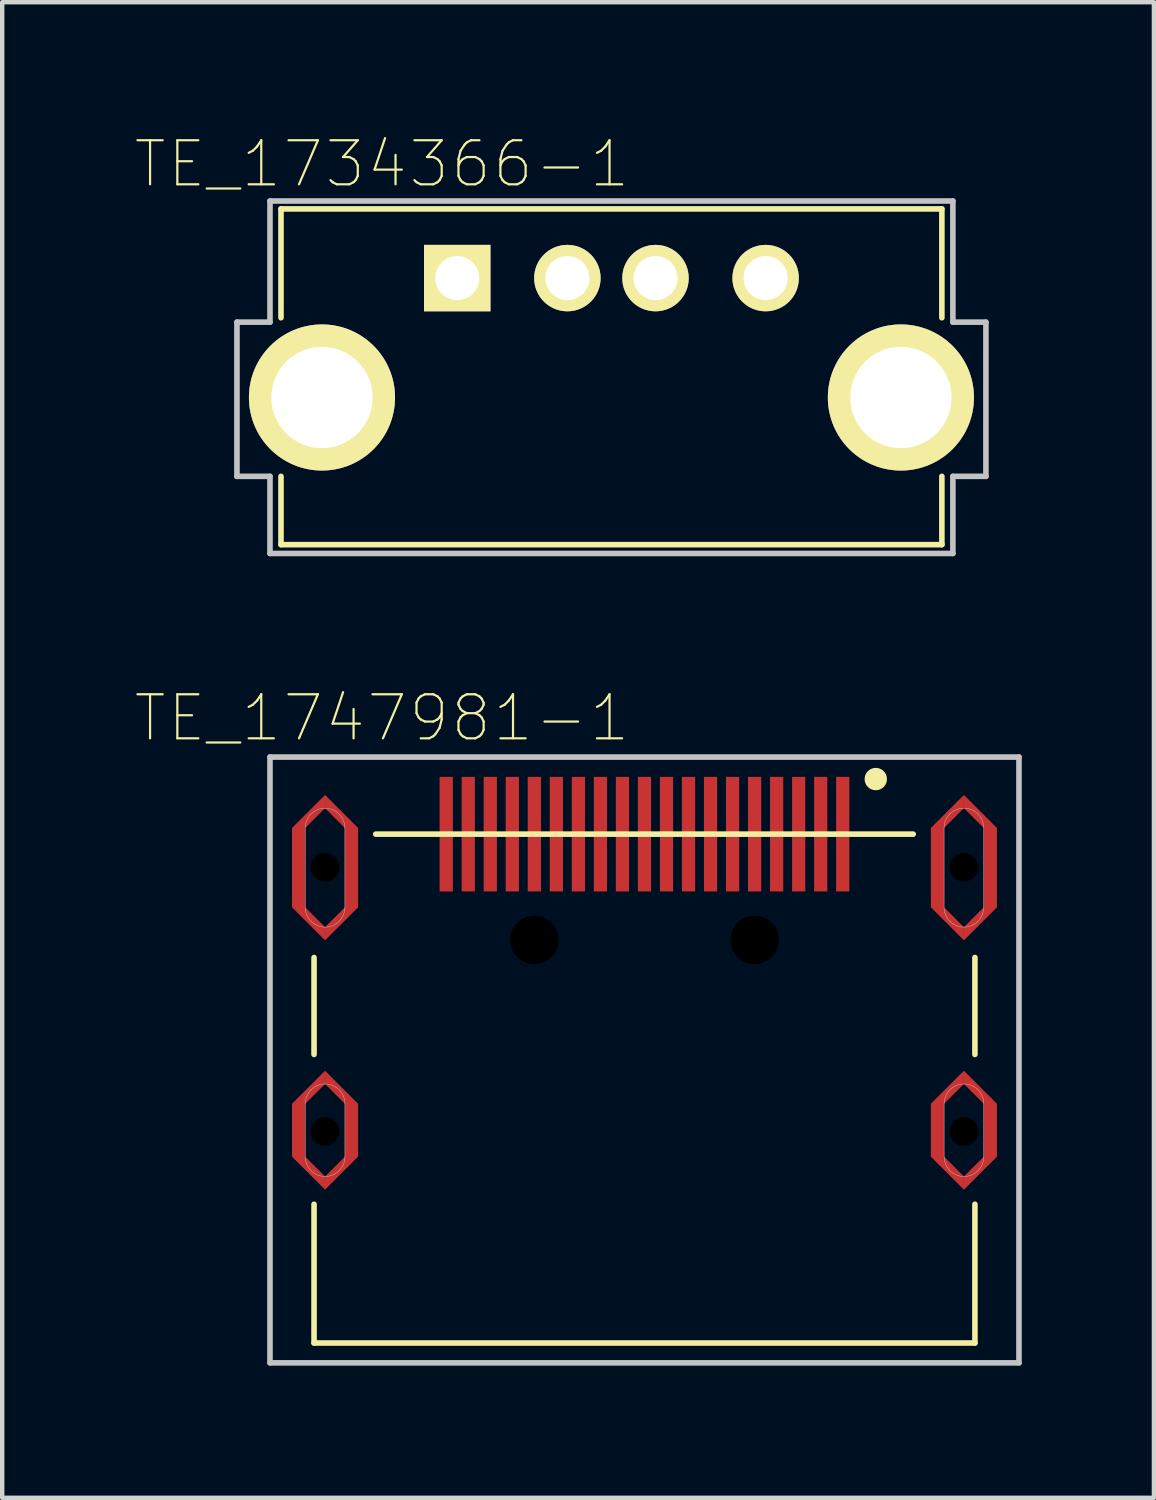
<source format=kicad_pcb>
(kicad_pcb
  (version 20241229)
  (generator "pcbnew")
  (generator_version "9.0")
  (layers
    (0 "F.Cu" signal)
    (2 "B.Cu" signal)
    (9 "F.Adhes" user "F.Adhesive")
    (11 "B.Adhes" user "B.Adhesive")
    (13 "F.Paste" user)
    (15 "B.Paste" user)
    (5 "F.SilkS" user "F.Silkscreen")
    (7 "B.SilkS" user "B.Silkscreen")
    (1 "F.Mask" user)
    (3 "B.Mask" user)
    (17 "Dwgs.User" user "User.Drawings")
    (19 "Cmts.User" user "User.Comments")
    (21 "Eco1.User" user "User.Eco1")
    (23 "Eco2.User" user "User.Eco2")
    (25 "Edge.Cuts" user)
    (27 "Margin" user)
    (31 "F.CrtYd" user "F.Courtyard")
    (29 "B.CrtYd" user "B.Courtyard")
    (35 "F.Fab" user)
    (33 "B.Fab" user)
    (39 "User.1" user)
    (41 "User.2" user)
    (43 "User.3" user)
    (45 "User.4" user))
  (footprint "TE_1747981-1"
    (layer "F.Cu")
    (at 11.578 15.883)
    (property "Reference" "TE_1747981-1" (at -5.96 -2.635 0) (layer "F.SilkS") (effects (font (size 1 1) (thickness 0.05))))
    (attr smd)
    (fp_poly (pts (xy -7.25 -0.59) (xy -7.25 -0.89) (xy -6.5 -0.14) (xy -6.5 0.75) (xy -6.5 1.66) (xy -7.25 2.41) (xy -7.25 2.11) (xy -6.8 1.66) (xy -6.8 0.75) (xy -6.8 -0.14)) (stroke (width 0) (type solid)) (fill yes) (layer "F.Cu"))
    (fp_poly (pts (xy -7.25 2.11) (xy -7.25 2.41) (xy -8 1.66) (xy -8 0.77) (xy -8 -0.14) (xy -7.25 -0.89) (xy -7.25 -0.59) (xy -7.7 -0.14) (xy -7.7 0.77) (xy -7.7 1.66)) (stroke (width 0) (type solid)) (fill yes) (layer "F.Cu"))
    (fp_poly (pts (xy -7.25 5.67) (xy -7.25 5.37) (xy -6.5 6.12) (xy -6.5 6.75) (xy -6.5 7.32) (xy -7.25 8.07) (xy -7.25 7.77) (xy -6.8 7.32) (xy -6.8 6.75) (xy -6.8 6.12)) (stroke (width 0) (type solid)) (fill yes) (layer "F.Cu"))
    (fp_poly (pts (xy -7.25 7.77) (xy -7.25 8.07) (xy -8 7.32) (xy -8 6.69) (xy -8 6.12) (xy -7.25 5.37) (xy -7.25 5.67) (xy -7.7 6.12) (xy -7.7 6.69) (xy -7.7 7.32)) (stroke (width 0) (type solid)) (fill yes) (layer "F.Cu"))
    (fp_poly (pts (xy 7.25 -0.59) (xy 7.25 -0.89) (xy 8 -0.14) (xy 8 0.75) (xy 8 1.66) (xy 7.25 2.41) (xy 7.25 2.11) (xy 7.7 1.66) (xy 7.7 0.75) (xy 7.7 -0.14)) (stroke (width 0) (type solid)) (fill yes) (layer "F.Cu"))
    (fp_poly (pts (xy 7.25 2.11) (xy 7.25 2.41) (xy 6.5 1.66) (xy 6.5 0.77) (xy 6.5 -0.14) (xy 7.25 -0.89) (xy 7.25 -0.59) (xy 6.8 -0.14) (xy 6.8 0.77) (xy 6.8 1.66)) (stroke (width 0) (type solid)) (fill yes) (layer "F.Cu"))
    (fp_poly (pts (xy 7.25 5.67) (xy 7.25 5.37) (xy 8 6.12) (xy 8 6.75) (xy 8 7.32) (xy 7.25 8.07) (xy 7.25 7.77) (xy 7.7 7.32) (xy 7.7 6.75) (xy 7.7 6.12)) (stroke (width 0) (type solid)) (fill yes) (layer "F.Cu"))
    (fp_poly (pts (xy 7.25 7.77) (xy 7.25 8.07) (xy 6.5 7.32) (xy 6.5 6.69) (xy 6.5 6.12) (xy 7.25 5.37) (xy 7.25 5.67) (xy 6.8 6.12) (xy 6.8 6.69) (xy 6.8 7.32)) (stroke (width 0) (type solid)) (fill yes) (layer "F.Cu"))
    (fp_poly (pts (xy -8.1 -1) (xy -6.4 -1) (xy -6.4 2.5) (xy -8.1 2.5)) (stroke (width 0.381) (type solid)) (fill yes) (layer "F.Mask"))
    (fp_poly (pts (xy -8.1 5.25) (xy -6.4 5.25) (xy -6.4 8.15) (xy -8.1 8.15)) (stroke (width 0.381) (type solid)) (fill yes) (layer "F.Mask"))
    (fp_poly (pts (xy 6.4 -1) (xy 8.1 -1) (xy 8.1 2.5) (xy 6.4 2.5)) (stroke (width 0.381) (type solid)) (fill yes) (layer "F.Mask"))
    (fp_poly (pts (xy 6.4 5.25) (xy 8.1 5.25) (xy 8.1 8.15) (xy 6.4 8.15)) (stroke (width 0.381) (type solid)) (fill yes) (layer "F.Mask"))
    (fp_line (start -7.5 5) (end -7.5 2.8) (stroke (width 0.127) (type solid)) (layer "F.SilkS"))
    (fp_line (start -7.5 11.55) (end -7.5 8.4) (stroke (width 0.127) (type solid)) (layer "F.SilkS"))
    (fp_line (start -6.1 0) (end 6.1 0) (stroke (width 0.127) (type solid)) (layer "F.SilkS"))
    (fp_line (start 7.5 2.8) (end 7.5 5) (stroke (width 0.127) (type solid)) (layer "F.SilkS"))
    (fp_line (start 7.5 8.4) (end 7.5 11.55) (stroke (width 0.127) (type solid)) (layer "F.SilkS"))
    (fp_line (start 7.5 11.55) (end -7.5 11.55) (stroke (width 0.127) (type solid)) (layer "F.SilkS"))
    (fp_circle (center 5.25 -1.25) (end 5.504 -1.25) (stroke (width 0) (type solid)) (fill yes) (layer "F.SilkS"))
    (fp_poly (pts (xy -7.25 -0.59) (xy -7.25 -0.89) (xy -6.5 -0.14) (xy -6.5 1.66) (xy -7.25 2.41) (xy -7.25 2.11) (xy -6.8 1.66) (xy -6.8 -0.14)) (stroke (width 0) (type solid)) (fill yes) (layer "F.Paste"))
    (fp_poly (pts (xy -7.25 2.11) (xy -7.25 2.41) (xy -8 1.66) (xy -8 -0.14) (xy -7.25 -0.89) (xy -7.25 -0.59) (xy -7.7 -0.14) (xy -7.7 1.66)) (stroke (width 0) (type solid)) (fill yes) (layer "F.Paste"))
    (fp_poly (pts (xy -7.25 5.67) (xy -7.25 5.37) (xy -6.5 6.12) (xy -6.5 7.32) (xy -7.25 8.07) (xy -7.25 7.77) (xy -6.8 7.32) (xy -6.8 6.12)) (stroke (width 0) (type solid)) (fill yes) (layer "F.Paste"))
    (fp_poly (pts (xy -7.25 7.77) (xy -7.25 8.07) (xy -8 7.32) (xy -8 6.12) (xy -7.25 5.37) (xy -7.25 5.67) (xy -7.7 6.12) (xy -7.7 7.32)) (stroke (width 0) (type solid)) (fill yes) (layer "F.Paste"))
    (fp_poly (pts (xy 7.25 -0.59) (xy 7.25 -0.89) (xy 8 -0.14) (xy 8 1.66) (xy 7.25 2.41) (xy 7.25 2.11) (xy 7.7 1.66) (xy 7.7 -0.14)) (stroke (width 0) (type solid)) (fill yes) (layer "F.Paste"))
    (fp_poly (pts (xy 7.25 2.11) (xy 7.25 2.41) (xy 6.5 1.66) (xy 6.5 -0.14) (xy 7.25 -0.89) (xy 7.25 -0.59) (xy 6.8 -0.14) (xy 6.8 1.66)) (stroke (width 0) (type solid)) (fill yes) (layer "F.Paste"))
    (fp_poly (pts (xy 7.25 5.67) (xy 7.25 5.37) (xy 8 6.12) (xy 8 7.32) (xy 7.25 8.07) (xy 7.25 7.77) (xy 7.7 7.32) (xy 7.7 6.12)) (stroke (width 0) (type solid)) (fill yes) (layer "F.Paste"))
    (fp_poly (pts (xy 7.25 7.77) (xy 7.25 8.07) (xy 6.5 7.32) (xy 6.5 6.12) (xy 7.25 5.37) (xy 7.25 5.67) (xy 6.8 6.12) (xy 6.8 7.32)) (stroke (width 0) (type solid)) (fill yes) (layer "F.Paste"))
    (fp_line (start -8.5 -1.75) (end 8.5 -1.75) (stroke (width 0.127) (type solid)) (layer "Dwgs.User"))
    (fp_line (start -8.5 12) (end -8.5 -1.75) (stroke (width 0.127) (type solid)) (layer "Dwgs.User"))
    (fp_line (start -7.7 -0.139) (end -7.7 1.66) (stroke (width 0.01) (type solid)) (layer "Dwgs.User"))
    (fp_line (start -7.699 6.12) (end -7.699 7.32) (stroke (width 0.01) (type solid)) (layer "Dwgs.User"))
    (fp_line (start -6.8 1.661) (end -6.8 -0.14) (stroke (width 0.01) (type solid)) (layer "Dwgs.User"))
    (fp_line (start -6.799 7.321) (end -6.799 6.12) (stroke (width 0.01) (type solid)) (layer "Dwgs.User"))
    (fp_line (start 6.8 -0.139) (end 6.8 1.66) (stroke (width 0.01) (type solid)) (layer "Dwgs.User"))
    (fp_line (start 6.801 6.12) (end 6.801 7.32) (stroke (width 0.01) (type solid)) (layer "Dwgs.User"))
    (fp_line (start 7.7 1.661) (end 7.7 -0.14) (stroke (width 0.01) (type solid)) (layer "Dwgs.User"))
    (fp_line (start 7.701 7.321) (end 7.701 6.12) (stroke (width 0.01) (type solid)) (layer "Dwgs.User"))
    (fp_line (start 8.5 -1.75) (end 8.5 12) (stroke (width 0.127) (type solid)) (layer "Dwgs.User"))
    (fp_line (start 8.5 12) (end -8.5 12) (stroke (width 0.127) (type solid)) (layer "Dwgs.User"))
    (fp_arc (start -7.70018 -0.139122) (mid -7.568266 -0.457588) (end -7.249799 -0.589501) (stroke (width 0.01) (type solid)) (layer "Dwgs.User"))
    (fp_arc (start -7.69891 6.1205) (mid -7.566997 5.802033) (end -7.24853 5.67012) (stroke (width 0.01) (type solid)) (layer "Dwgs.User"))
    (fp_arc (start -7.2498 -0.5895) (mid -6.931878 -0.457813) (end -6.800191 -0.139891) (stroke (width 0.01) (type solid)) (layer "Dwgs.User"))
    (fp_arc (start -7.2498 2.11046) (mid -7.568267 1.978547) (end -7.70018 1.66008) (stroke (width 0.01) (type solid)) (layer "Dwgs.User"))
    (fp_arc (start -7.24853 5.67012) (mid -6.930608 5.801808) (end -6.79892 6.11973) (stroke (width 0.01) (type solid)) (layer "Dwgs.User"))
    (fp_arc (start -7.24853 7.77035) (mid -7.566997 7.638437) (end -7.69891 7.31997) (stroke (width 0.01) (type solid)) (layer "Dwgs.User"))
    (fp_arc (start -6.80019 1.66085) (mid -6.931878 1.978772) (end -7.2498 2.11046) (stroke (width 0.01) (type solid)) (layer "Dwgs.User"))
    (fp_arc (start -6.79892 7.32074) (mid -6.930608 7.638662) (end -7.24853 7.77035) (stroke (width 0.01) (type solid)) (layer "Dwgs.User"))
    (fp_arc (start 6.79982 -0.139122) (mid 6.931734 -0.457588) (end 7.250201 -0.589501) (stroke (width 0.01) (type solid)) (layer "Dwgs.User"))
    (fp_arc (start 6.80109 6.1205) (mid 6.933003 5.802033) (end 7.25147 5.67012) (stroke (width 0.01) (type solid)) (layer "Dwgs.User"))
    (fp_arc (start 7.2502 -0.5895) (mid 7.568122 -0.457813) (end 7.699809 -0.139891) (stroke (width 0.01) (type solid)) (layer "Dwgs.User"))
    (fp_arc (start 7.2502 2.11046) (mid 6.931733 1.978547) (end 6.79982 1.66008) (stroke (width 0.01) (type solid)) (layer "Dwgs.User"))
    (fp_arc (start 7.25147 5.67012) (mid 7.569392 5.801808) (end 7.70108 6.11973) (stroke (width 0.01) (type solid)) (layer "Dwgs.User"))
    (fp_arc (start 7.25147 7.77035) (mid 6.933003 7.638437) (end 6.80109 7.31997) (stroke (width 0.01) (type solid)) (layer "Dwgs.User"))
    (fp_arc (start 7.69981 1.66085) (mid 7.568122 1.978772) (end 7.2502 2.11046) (stroke (width 0.01) (type solid)) (layer "Dwgs.User"))
    (fp_arc (start 7.70108 7.32074) (mid 7.569392 7.638662) (end 7.25147 7.77035) (stroke (width 0.01) (type solid)) (layer "Dwgs.User"))
    (pad "" np_thru_hole circle (at -7.25 0.75) (size 0.65 0.65) (drill 0.65) (layers))
    (pad "" np_thru_hole circle (at -7.25 6.75) (size 0.65 0.65) (drill 0.65) (layers))
    (pad "" np_thru_hole circle (at -2.5 2.4) (size 1.1 1.1) (drill 1.1) (layers))
    (pad "" np_thru_hole circle (at 2.5 2.4) (size 1.1 1.1) (drill 1.1) (layers))
    (pad "" np_thru_hole circle (at 7.25 0.75) (size 0.65 0.65) (drill 0.65) (layers))
    (pad "" np_thru_hole circle (at 7.25 6.75) (size 0.65 0.65) (drill 0.65) (layers))
    (pad "1" smd rect (at 4.5 0 90) (size 2.6 0.3) (layers "F.Cu" "F.Mask" "F.Paste"))
    (pad "2" smd rect (at 4 0 90) (size 2.6 0.3) (layers "F.Cu" "F.Mask" "F.Paste"))
    (pad "3" smd rect (at 3.5 0 90) (size 2.6 0.3) (layers "F.Cu" "F.Mask" "F.Paste"))
    (pad "4" smd rect (at 3 0 90) (size 2.6 0.3) (layers "F.Cu" "F.Mask" "F.Paste"))
    (pad "5" smd rect (at 2.5 0 90) (size 2.6 0.3) (layers "F.Cu" "F.Mask" "F.Paste"))
    (pad "6" smd rect (at 2 0 90) (size 2.6 0.3) (layers "F.Cu" "F.Mask" "F.Paste"))
    (pad "7" smd rect (at 1.5 0 90) (size 2.6 0.3) (layers "F.Cu" "F.Mask" "F.Paste"))
    (pad "8" smd rect (at 1 0 90) (size 2.6 0.3) (layers "F.Cu" "F.Mask" "F.Paste"))
    (pad "9" smd rect (at 0.5 0 90) (size 2.6 0.3) (layers "F.Cu" "F.Mask" "F.Paste"))
    (pad "10" smd rect (at 0 0 90) (size 2.6 0.3) (layers "F.Cu" "F.Mask" "F.Paste"))
    (pad "11" smd rect (at -0.5 0 90) (size 2.6 0.3) (layers "F.Cu" "F.Mask" "F.Paste"))
    (pad "12" smd rect (at -1 0 90) (size 2.6 0.3) (layers "F.Cu" "F.Mask" "F.Paste"))
    (pad "13" smd rect (at -1.5 0 90) (size 2.6 0.3) (layers "F.Cu" "F.Mask" "F.Paste"))
    (pad "14" smd rect (at -2 0 90) (size 2.6 0.3) (layers "F.Cu" "F.Mask" "F.Paste"))
    (pad "15" smd rect (at -2.5 0 90) (size 2.6 0.3) (layers "F.Cu" "F.Mask" "F.Paste"))
    (pad "16" smd rect (at -3 0 90) (size 2.6 0.3) (layers "F.Cu" "F.Mask" "F.Paste"))
    (pad "17" smd rect (at -3.5 0 90) (size 2.6 0.3) (layers "F.Cu" "F.Mask" "F.Paste"))
    (pad "18" smd rect (at -4 0 90) (size 2.6 0.3) (layers "F.Cu" "F.Mask" "F.Paste"))
    (pad "19" smd rect (at -4.5 0 90) (size 2.6 0.3) (layers "F.Cu" "F.Mask" "F.Paste")))
  (footprint "TE_1734366-1"
    (layer "F.Cu")
    (at 10.828 3.262)
    (property "Reference" "TE_1734366-1" (at -5.21 -2.589 0) (layer "F.SilkS") (effects (font (size 1 1) (thickness 0.05))))
    (attr through_hole)
    (fp_line (start -7.5 -1.57) (end 7.5 -1.57) (stroke (width 0.127) (type solid)) (layer "F.SilkS"))
    (fp_line (start -7.5 0.9) (end -7.5 -1.57) (stroke (width 0.127) (type solid)) (layer "F.SilkS"))
    (fp_line (start -7.5 6.05) (end -7.5 4.5) (stroke (width 0.127) (type solid)) (layer "F.SilkS"))
    (fp_line (start 7.5 -1.57) (end 7.5 0.9) (stroke (width 0.127) (type solid)) (layer "F.SilkS"))
    (fp_line (start 7.5 4.5) (end 7.5 6.05) (stroke (width 0.127) (type solid)) (layer "F.SilkS"))
    (fp_line (start 7.5 6.05) (end -7.5 6.05) (stroke (width 0.127) (type solid)) (layer "F.SilkS"))
    (fp_line (start -8.5 1) (end -7.75 1) (stroke (width 0.127) (type solid)) (layer "Dwgs.User"))
    (fp_line (start -8.5 4.5) (end -8.5 1) (stroke (width 0.127) (type solid)) (layer "Dwgs.User"))
    (fp_line (start -7.75 -1.75) (end 7.75 -1.75) (stroke (width 0.127) (type solid)) (layer "Dwgs.User"))
    (fp_line (start -7.75 1) (end -7.75 -1.75) (stroke (width 0.127) (type solid)) (layer "Dwgs.User"))
    (fp_line (start -7.75 4.5) (end -8.5 4.5) (stroke (width 0.127) (type solid)) (layer "Dwgs.User"))
    (fp_line (start -7.75 6.25) (end -7.75 4.5) (stroke (width 0.127) (type solid)) (layer "Dwgs.User"))
    (fp_line (start 7.75 -1.75) (end 7.75 1) (stroke (width 0.127) (type solid)) (layer "Dwgs.User"))
    (fp_line (start 7.75 1) (end 8.5 1) (stroke (width 0.127) (type solid)) (layer "Dwgs.User"))
    (fp_line (start 7.75 4.5) (end 7.75 6.25) (stroke (width 0.127) (type solid)) (layer "Dwgs.User"))
    (fp_line (start 7.75 6.25) (end -7.75 6.25) (stroke (width 0.127) (type solid)) (layer "Dwgs.User"))
    (fp_line (start 8.5 1) (end 8.5 4.5) (stroke (width 0.127) (type solid)) (layer "Dwgs.User"))
    (fp_line (start 8.5 4.5) (end 7.75 4.5) (stroke (width 0.127) (type solid)) (layer "Dwgs.User"))
    (pad "1" thru_hole rect (at -3.5 0) (size 1.508 1.508) (drill 1) (layers "*.Cu" "*.Mask" "F.SilkS"))
    (pad "2" thru_hole circle (at -1 0) (size 1.508 1.508) (drill 1) (layers "*.Cu" "*.Mask" "F.SilkS"))
    (pad "3" thru_hole circle (at 1 0) (size 1.508 1.508) (drill 1) (layers "*.Cu" "*.Mask" "F.SilkS"))
    (pad "4" thru_hole circle (at 3.5 0) (size 1.508 1.508) (drill 1) (layers "*.Cu" "*.Mask" "F.SilkS"))
    (pad "S1" thru_hole circle (at -6.57 2.71) (size 3.316 3.316) (drill 2.3) (layers "*.Cu" "*.Mask" "F.SilkS"))
    (pad "S2" thru_hole circle (at 6.57 2.71) (size 3.316 3.316) (drill 2.3) (layers "*.Cu" "*.Mask" "F.SilkS")))
  (gr_rect
    (start -3 -3)
    (end 23.141 30.947)
    (stroke (width 0.1) (type default))
    (fill no)
    (layer "Edge.Cuts")))
</source>
